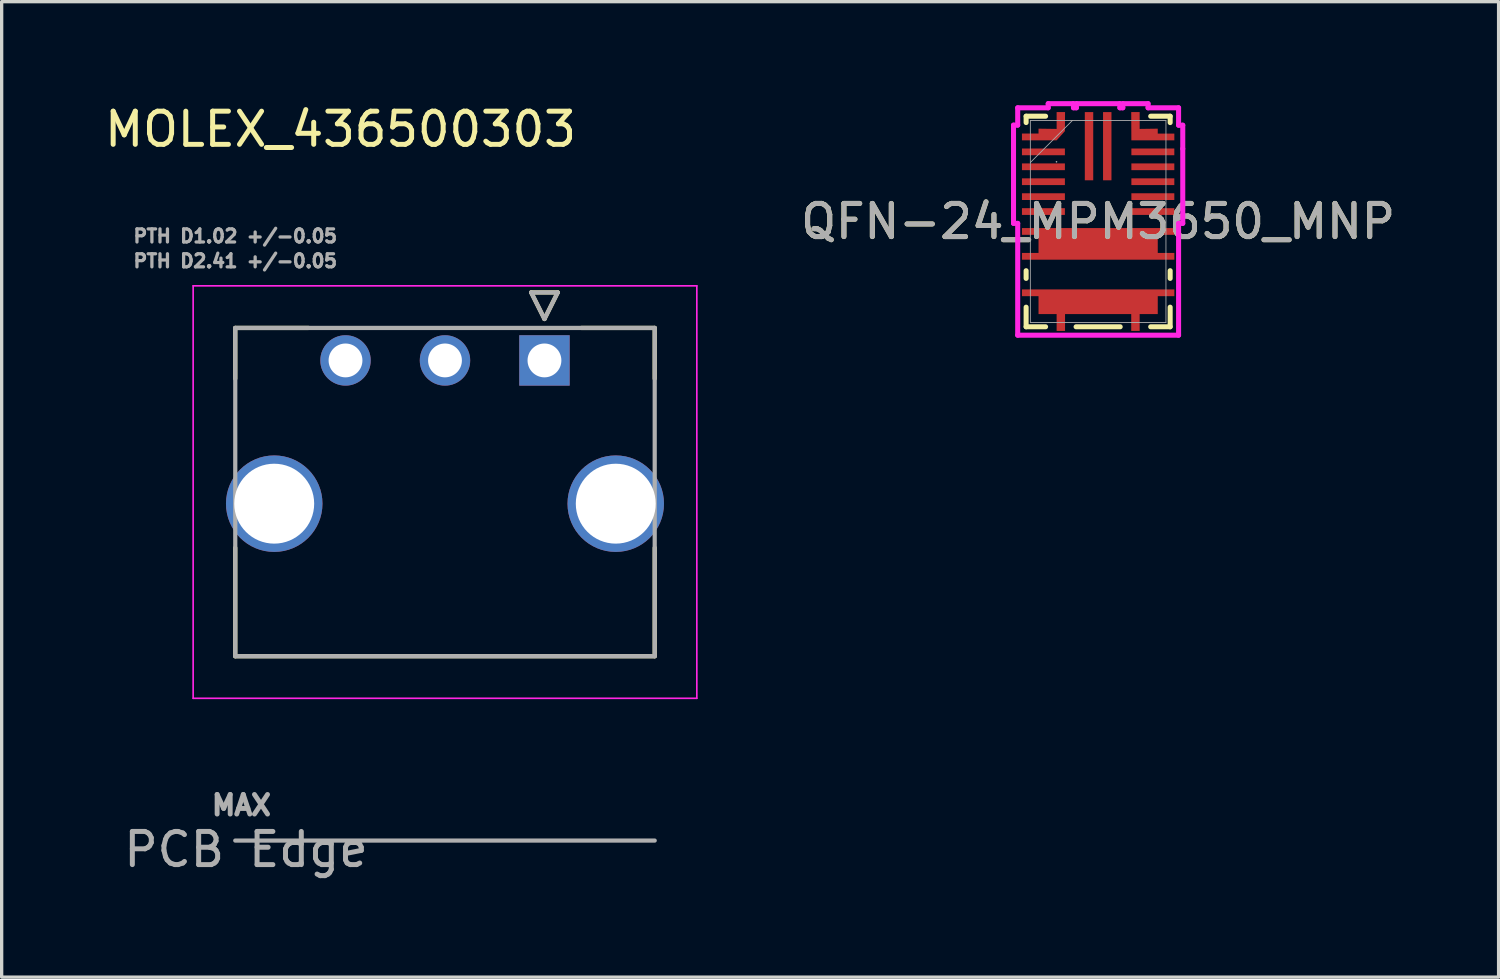
<source format=kicad_pcb>
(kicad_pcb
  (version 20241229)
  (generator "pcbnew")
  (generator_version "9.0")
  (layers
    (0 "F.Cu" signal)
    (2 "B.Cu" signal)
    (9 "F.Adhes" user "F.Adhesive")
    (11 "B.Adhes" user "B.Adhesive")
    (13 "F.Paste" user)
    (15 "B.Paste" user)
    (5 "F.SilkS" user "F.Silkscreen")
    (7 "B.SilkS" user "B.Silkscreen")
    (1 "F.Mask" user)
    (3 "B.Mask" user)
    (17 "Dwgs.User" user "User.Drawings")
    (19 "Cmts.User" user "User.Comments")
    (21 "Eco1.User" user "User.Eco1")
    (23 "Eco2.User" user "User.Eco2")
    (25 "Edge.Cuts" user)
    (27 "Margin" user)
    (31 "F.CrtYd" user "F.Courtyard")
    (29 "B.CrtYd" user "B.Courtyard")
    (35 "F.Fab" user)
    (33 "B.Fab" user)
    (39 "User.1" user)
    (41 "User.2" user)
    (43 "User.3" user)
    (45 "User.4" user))
  (footprint "MOLEX_436500303"
    (layer "F.Cu")
    (at 13.37 7.82)
    (property "Reference" "MOLEX_436500303" (at -6.15 -6.972 0) (layer "F.SilkS") (effects (font (size 1 1) (thickness 0.15))))
    (attr through_hole)
    (fp_circle (center -8.15 4.32) (end -7.384 4.32) (stroke (width 1.531) (type solid)) (fill no) (layer "F.Mask"))
    (fp_circle (center -6 0) (end -5.582 0) (stroke (width 0.836) (type solid)) (fill no) (layer "F.Mask"))
    (fp_circle (center -3 0) (end -2.582 0) (stroke (width 0.836) (type solid)) (fill no) (layer "F.Mask"))
    (fp_circle (center 2.15 4.32) (end 2.916 4.32) (stroke (width 1.531) (type solid)) (fill no) (layer "F.Mask"))
    (fp_poly (pts (xy -0.836 -0.836) (xy 0.836 -0.836) (xy 0.836 0.836) (xy -0.836 0.836)) (stroke (width 0.01) (type solid)) (fill yes) (layer "F.Mask"))
    (fp_circle (center -8.15 4.32) (end -7.384 4.32) (stroke (width 1.531) (type solid)) (fill no) (layer "B.Mask"))
    (fp_circle (center -6 0) (end -5.582 0) (stroke (width 0.836) (type solid)) (fill no) (layer "B.Mask"))
    (fp_circle (center -3 0) (end -2.582 0) (stroke (width 0.836) (type solid)) (fill no) (layer "B.Mask"))
    (fp_circle (center 2.15 4.32) (end 2.916 4.32) (stroke (width 1.531) (type solid)) (fill no) (layer "B.Mask"))
    (fp_poly (pts (xy -0.836 -0.836) (xy 0.836 -0.836) (xy 0.836 0.836) (xy -0.836 0.836)) (stroke (width 0.01) (type solid)) (fill yes) (layer "B.Mask"))
    (fp_line (start -9.325 -0.98) (end -9.325 0.55) (stroke (width 0.127) (type solid)) (layer "F.SilkS"))
    (fp_line (start -9.325 -0.98) (end -7.11 -0.98) (stroke (width 0.127) (type solid)) (layer "F.SilkS"))
    (fp_line (start -9.325 5.65) (end -9.325 8.92) (stroke (width 0.127) (type solid)) (layer "F.SilkS"))
    (fp_line (start -0.4 -2.05) (end 0.4 -2.05) (stroke (width 0.127) (type solid)) (layer "F.SilkS"))
    (fp_line (start 0 -1.25) (end -0.4 -2.05) (stroke (width 0.127) (type solid)) (layer "F.SilkS"))
    (fp_line (start 0.4 -2.05) (end 0 -1.25) (stroke (width 0.127) (type solid)) (layer "F.SilkS"))
    (fp_line (start 3.325 -0.98) (end 1.11 -0.98) (stroke (width 0.127) (type solid)) (layer "F.SilkS"))
    (fp_line (start 3.325 -0.98) (end 3.325 0.55) (stroke (width 0.127) (type solid)) (layer "F.SilkS"))
    (fp_line (start 3.325 8.92) (end -9.325 8.92) (stroke (width 0.127) (type solid)) (layer "F.SilkS"))
    (fp_line (start 3.325 8.92) (end 3.325 5.65) (stroke (width 0.127) (type solid)) (layer "F.SilkS"))
    (fp_line (start -10.595 -2.25) (end 4.595 -2.25) (stroke (width 0.05) (type solid)) (layer "F.CrtYd"))
    (fp_line (start -10.595 10.19) (end -10.595 -2.25) (stroke (width 0.05) (type solid)) (layer "F.CrtYd"))
    (fp_line (start 4.595 10.19) (end -10.595 10.19) (stroke (width 0.05) (type solid)) (layer "F.CrtYd"))
    (fp_line (start 4.595 10.19) (end 4.595 -2.25) (stroke (width 0.05) (type solid)) (layer "F.CrtYd"))
    (fp_line (start -9.325 -0.98) (end 3.325 -0.98) (stroke (width 0.127) (type solid)) (layer "F.Fab"))
    (fp_line (start -9.325 8.92) (end -9.325 -0.98) (stroke (width 0.127) (type solid)) (layer "F.Fab"))
    (fp_line (start -0.4 -2.05) (end 0.4 -2.05) (stroke (width 0.127) (type solid)) (layer "F.Fab"))
    (fp_line (start 0 -1.25) (end -0.4 -2.05) (stroke (width 0.127) (type solid)) (layer "F.Fab"))
    (fp_line (start 0.4 -2.05) (end 0 -1.25) (stroke (width 0.127) (type solid)) (layer "F.Fab"))
    (fp_line (start 3.325 8.92) (end -9.325 8.92) (stroke (width 0.127) (type solid)) (layer "F.Fab"))
    (fp_line (start 3.325 8.92) (end 3.325 -0.98) (stroke (width 0.127) (type solid)) (layer "F.Fab"))
    (fp_line (start 3.325 14.48) (end -9.325 14.48) (stroke (width 0.127) (type solid)) (layer "F.Fab"))
    (fp_text user "PCB Edge" (at -9 14.75 0) (layer "F.Fab") (effects (font (size 1 1) (thickness 0.15))))
    (fp_text user "PTH D1.02 +/-0.05" (at -9.325 -3.75 0) (layer "F.Fab") (effects (font (size 0.394 0.394) (thickness 0.15))))
    (fp_text user "MAX" (at -9.14 13.415 0) (layer "F.Fab") (effects (font (size 0.591 0.591) (thickness 0.15))))
    (fp_text user "PTH D2.41 +/-0.05" (at -9.325 -3 0) (layer "F.Fab") (effects (font (size 0.394 0.394) (thickness 0.15))))
    (pad "1" thru_hole rect (at 0 0) (size 1.52 1.52) (drill 1.02) (layers "*.Cu"))
    (pad "2" thru_hole circle (at -3 0) (size 1.52 1.52) (drill 1.02) (layers "*.Cu"))
    (pad "3" thru_hole circle (at -6 0) (size 1.52 1.52) (drill 1.02) (layers "*.Cu"))
    (pad "S1" thru_hole circle (at 2.15 4.32) (size 2.91 2.91) (drill 2.41) (layers "*.Cu"))
    (pad "S2" thru_hole circle (at -8.15 4.32) (size 2.91 2.91) (drill 2.41) (layers "*.Cu"))
    (zone (net_name "") (layer "F.Cu") (hatch full 0.508) (connect_pads) (min_thickness 0.01) (filled_areas_thickness no) (keepout (tracks not_allowed) (vias not_allowed) (pads not_allowed) (copperpour not_allowed) (footprints allowed)) (placement (enabled no)) (fill) (polygon (pts (xy 3.295 8.49) (xy 5.745 8.49) (xy 5.745 10.09) (xy 3.295 10.09))))
    (zone (net_name "") (layer "F.Cu") (hatch full 0.508) (connect_pads) (min_thickness 0.01) (filled_areas_thickness no) (keepout (tracks not_allowed) (vias not_allowed) (pads not_allowed) (copperpour not_allowed) (footprints allowed)) (placement (enabled no)) (fill) (polygon (pts (xy 14.995 8.49) (xy 17.445 8.49) (xy 17.445 10.09) (xy 14.995 10.09))))
    (zone (net_name "") (layers "F.Cu" "B.Cu") (hatch full 0.508) (connect_pads) (min_thickness 0.01) (filled_areas_thickness no) (keepout (tracks allowed) (vias not_allowed) (pads allowed) (copperpour allowed) (footprints allowed)) (placement (enabled no)) (fill) (polygon (pts (xy 3.295 8.49) (xy 5.745 8.49) (xy 5.745 10.09) (xy 3.295 10.09))))
    (zone (net_name "") (layers "F.Cu" "B.Cu") (hatch full 0.508) (connect_pads) (min_thickness 0.01) (filled_areas_thickness no) (keepout (tracks allowed) (vias not_allowed) (pads allowed) (copperpour allowed) (footprints allowed)) (placement (enabled no)) (fill) (polygon (pts (xy 14.995 8.49) (xy 17.445 8.49) (xy 17.445 10.09) (xy 14.995 10.09)))))
  (footprint "QFN-24_MPM3650_MNP"
    (layer "F.Cu")
    (at 30.068 3.63)
    (property "Reference" "QFN-24_MPM3650_MNP" (at 0 0 0) (unlocked yes) (layer "F.SilkS") (effects (font (size 1 1) (thickness 0.15))))
    (attr smd)
    (fp_poly (pts (xy 0.998 -3.3) (xy 1.252 -3.3) (xy 1.252 -2.792) (xy 1.798 -2.8) (xy 1.798 -2.65) (xy 2.298 -2.65) (xy 2.298 -2.448) (xy 1.002 -2.448)) (stroke (width 0) (type solid)) (fill yes) (layer "F.Cu"))
    (fp_poly (pts (xy -2.298 -2.652) (xy -1.798 -2.652) (xy -1.798 -2.8) (xy -1.252 -2.792) (xy -1.252 -3.3) (xy -0.998 -3.3) (xy -1.002 -2.726) (xy -1.252 -2.448) (xy -2.298 -2.448)) (stroke (width 0) (type solid)) (fill yes) (layer "F.Cu"))
    (fp_poly (pts (xy -2.298 0.198) (xy 2.298 0.198) (xy 2.298 0.402) (xy 1.798 0.402) (xy 1.798 0.948) (xy 2.298 0.948) (xy 2.298 1.152) (xy -2.298 1.152) (xy -2.298 0.948) (xy -1.798 0.948) (xy -1.798 0.402) (xy -2.298 0.402)) (stroke (width 0) (type solid)) (fill yes) (layer "F.Cu"))
    (fp_poly (pts (xy -2.298 2.048) (xy 2.298 2.048) (xy 2.298 2.252) (xy 1.798 2.252) (xy 1.798 2.792) (xy 1.252 2.792) (xy 1.252 3.3) (xy 0.998 3.3) (xy 0.998 2.792) (xy -0.998 2.792) (xy -0.998 3.3) (xy -1.252 3.3) (xy -1.252 2.792) (xy -1.798 2.792) (xy -1.798 2.252) (xy -2.298 2.252)) (stroke (width 0) (type solid)) (fill yes) (layer "F.Cu"))
    (fp_poly (pts (xy 0.998 -3.3) (xy 1.252 -3.3) (xy 1.252 -2.792) (xy 1.798 -2.8) (xy 1.798 -2.65) (xy 2.298 -2.65) (xy 2.298 -2.448) (xy 1.002 -2.448)) (stroke (width 0) (type solid)) (fill yes) (layer "F.Mask"))
    (fp_poly (pts (xy -2.298 -2.652) (xy -1.798 -2.652) (xy -1.798 -2.8) (xy -1.252 -2.792) (xy -1.252 -3.3) (xy -0.998 -3.3) (xy -1.002 -2.726) (xy -1.252 -2.448) (xy -2.298 -2.448)) (stroke (width 0) (type solid)) (fill yes) (layer "F.Mask"))
    (fp_poly (pts (xy -2.298 0.198) (xy 2.298 0.198) (xy 2.298 0.402) (xy 1.798 0.402) (xy 1.798 0.948) (xy 2.298 0.948) (xy 2.298 1.152) (xy -2.298 1.152) (xy -2.298 0.948) (xy -1.798 0.948) (xy -1.798 0.402) (xy -2.298 0.402)) (stroke (width 0) (type solid)) (fill yes) (layer "F.Mask"))
    (fp_poly (pts (xy -2.298 2.048) (xy 2.298 2.048) (xy 2.298 2.252) (xy 1.798 2.252) (xy 1.798 2.792) (xy 1.252 2.792) (xy 1.252 3.3) (xy 0.998 3.3) (xy 0.998 2.792) (xy -0.998 2.792) (xy -0.998 3.3) (xy -1.252 3.3) (xy -1.252 2.792) (xy -1.798 2.792) (xy -1.798 2.252) (xy -2.298 2.252)) (stroke (width 0) (type solid)) (fill yes) (layer "F.Mask"))
    (fp_line (start -2.172 -3.175) (end -1.585 -3.175) (stroke (width 0.152) (type solid)) (layer "F.SilkS"))
    (fp_line (start -2.172 -2.984) (end -2.172 -3.175) (stroke (width 0.152) (type solid)) (layer "F.SilkS"))
    (fp_line (start -2.172 1.716) (end -2.172 1.484) (stroke (width 0.152) (type solid)) (layer "F.SilkS"))
    (fp_line (start -2.172 3.175) (end -2.172 2.584) (stroke (width 0.152) (type solid)) (layer "F.SilkS"))
    (fp_line (start -1.585 3.175) (end -2.172 3.175) (stroke (width 0.152) (type solid)) (layer "F.SilkS"))
    (fp_line (start 0.665 3.175) (end -0.665 3.175) (stroke (width 0.152) (type solid)) (layer "F.SilkS"))
    (fp_line (start 1.585 -3.175) (end 2.172 -3.175) (stroke (width 0.152) (type solid)) (layer "F.SilkS"))
    (fp_line (start 2.172 -3.175) (end 2.172 -2.983) (stroke (width 0.152) (type solid)) (layer "F.SilkS"))
    (fp_line (start 2.172 1.484) (end 2.172 1.716) (stroke (width 0.152) (type solid)) (layer "F.SilkS"))
    (fp_line (start 2.172 2.584) (end 2.172 3.175) (stroke (width 0.152) (type solid)) (layer "F.SilkS"))
    (fp_line (start 2.172 3.175) (end 1.585 3.175) (stroke (width 0.152) (type solid)) (layer "F.SilkS"))
    (fp_poly (pts (xy 0.998 -3.3) (xy 1.252 -3.3) (xy 1.252 -2.792) (xy 1.798 -2.8) (xy 1.798 -2.65) (xy 2.298 -2.65) (xy 2.298 -2.448) (xy 1.002 -2.448)) (stroke (width 0) (type solid)) (fill yes) (layer "F.Paste"))
    (fp_poly (pts (xy -2.298 -2.652) (xy -1.798 -2.652) (xy -1.798 -2.8) (xy -1.252 -2.792) (xy -1.252 -3.3) (xy -0.998 -3.3) (xy -1.002 -2.726) (xy -1.252 -2.448) (xy -2.298 -2.448)) (stroke (width 0) (type solid)) (fill yes) (layer "F.Paste"))
    (fp_poly (pts (xy -2.298 0.198) (xy 2.298 0.198) (xy 2.298 0.402) (xy 1.798 0.402) (xy 1.798 0.948) (xy 2.298 0.948) (xy 2.298 1.152) (xy -2.298 1.152) (xy -2.298 0.948) (xy -1.798 0.948) (xy -1.798 0.402) (xy -2.298 0.402)) (stroke (width 0) (type solid)) (fill yes) (layer "F.Paste"))
    (fp_poly (pts (xy -2.298 2.048) (xy 2.298 2.048) (xy 2.298 2.252) (xy 1.798 2.252) (xy 1.798 2.792) (xy 1.252 2.792) (xy 1.252 3.3) (xy 0.998 3.3) (xy 0.998 2.792) (xy -0.998 2.792) (xy -0.998 3.3) (xy -1.252 3.3) (xy -1.252 2.792) (xy -1.798 2.792) (xy -1.798 2.252) (xy -2.298 2.252)) (stroke (width 0) (type solid)) (fill yes) (layer "F.Paste"))
    (fp_line (start -2.552 -2.906) (end -2.552 0.056) (stroke (width 0.152) (type solid)) (layer "F.CrtYd"))
    (fp_line (start -2.552 0.056) (end -2.426 0.056) (stroke (width 0.152) (type solid)) (layer "F.CrtYd"))
    (fp_line (start -2.426 -3.429) (end -2.426 -2.906) (stroke (width 0.152) (type solid)) (layer "F.CrtYd"))
    (fp_line (start -2.426 -2.906) (end -2.552 -2.906) (stroke (width 0.152) (type solid)) (layer "F.CrtYd"))
    (fp_line (start -2.426 0.056) (end -2.426 3.429) (stroke (width 0.152) (type solid)) (layer "F.CrtYd"))
    (fp_line (start -2.426 3.429) (end 2.426 3.429) (stroke (width 0.152) (type solid)) (layer "F.CrtYd"))
    (fp_line (start -1.506 -3.554) (end -1.506 -3.429) (stroke (width 0.152) (type solid)) (layer "F.CrtYd"))
    (fp_line (start -1.506 -3.429) (end -2.426 -3.429) (stroke (width 0.152) (type solid)) (layer "F.CrtYd"))
    (fp_line (start -0.744 -3.429) (end -0.744 -3.554) (stroke (width 0.152) (type solid)) (layer "F.CrtYd"))
    (fp_line (start -0.744 -3.554) (end -1.506 -3.554) (stroke (width 0.152) (type solid)) (layer "F.CrtYd"))
    (fp_line (start -0.656 -3.554) (end -0.656 -3.429) (stroke (width 0.152) (type solid)) (layer "F.CrtYd"))
    (fp_line (start -0.656 -3.429) (end -0.744 -3.429) (stroke (width 0.152) (type solid)) (layer "F.CrtYd"))
    (fp_line (start 0.656 -3.554) (end -0.656 -3.554) (stroke (width 0.152) (type solid)) (layer "F.CrtYd"))
    (fp_line (start 0.656 -3.429) (end 0.656 -3.554) (stroke (width 0.152) (type solid)) (layer "F.CrtYd"))
    (fp_line (start 0.744 -3.554) (end 0.744 -3.429) (stroke (width 0.152) (type solid)) (layer "F.CrtYd"))
    (fp_line (start 0.744 -3.429) (end 0.656 -3.429) (stroke (width 0.152) (type solid)) (layer "F.CrtYd"))
    (fp_line (start 1.506 -3.554) (end 0.744 -3.554) (stroke (width 0.152) (type solid)) (layer "F.CrtYd"))
    (fp_line (start 1.506 -3.429) (end 1.506 -3.554) (stroke (width 0.152) (type solid)) (layer "F.CrtYd"))
    (fp_line (start 2.426 -3.429) (end 1.506 -3.429) (stroke (width 0.152) (type solid)) (layer "F.CrtYd"))
    (fp_line (start 2.426 -2.904) (end 2.426 -3.429) (stroke (width 0.152) (type solid)) (layer "F.CrtYd"))
    (fp_line (start 2.426 0.056) (end 2.552 0.056) (stroke (width 0.152) (type solid)) (layer "F.CrtYd"))
    (fp_line (start 2.426 3.429) (end 2.426 0.056) (stroke (width 0.152) (type solid)) (layer "F.CrtYd"))
    (fp_line (start 2.552 -2.194) (end 2.552 -2.904) (stroke (width 0.152) (type solid)) (layer "F.CrtYd"))
    (fp_line (start 2.552 0.056) (end 2.552 -2.194) (stroke (width 0.152) (type solid)) (layer "F.CrtYd"))
    (fp_line (start 2.552 -2.904) (end 2.426 -2.904) (stroke (width 0.152) (type solid)) (layer "F.CrtYd"))
    (fp_line (start -2.045 -3.048) (end -2.045 3.048) (stroke (width 0.025) (type solid)) (layer "F.Fab"))
    (fp_line (start -2.045 -1.778) (end -0.775 -3.048) (stroke (width 0.025) (type solid)) (layer "F.Fab"))
    (fp_line (start -2.045 3.048) (end 2.045 3.048) (stroke (width 0.025) (type solid)) (layer "F.Fab"))
    (fp_line (start 2.045 -3.048) (end -2.045 -3.048) (stroke (width 0.025) (type solid)) (layer "F.Fab"))
    (fp_line (start 2.045 3.048) (end 2.045 -3.048) (stroke (width 0.025) (type solid)) (layer "F.Fab"))
    (fp_circle (center -1.256 -1.8) (end -1.256 -1.8) (stroke (width 0.025) (type solid)) (fill no) (layer "F.Fab"))
    (fp_text user "${REFERENCE}" (at 0 0 0) (unlocked yes) (layer "F.Fab") (effects (font (size 1 1) (thickness 0.15))))
    (pad "1" smd rect (at -1.65 -2.55) (size 0.127 0.127) (layers "F.Cu" "F.Mask" "F.Paste"))
    (pad "2" smd rect (at -1.65 -2.1) (size 1.295 0.203) (layers "F.Cu" "F.Mask" "F.Paste"))
    (pad "3" smd rect (at -1.65 -1.65) (size 1.295 0.203) (layers "F.Cu" "F.Mask" "F.Paste"))
    (pad "4" smd rect (at -1.65 -1.2) (size 1.295 0.203) (layers "F.Cu" "F.Mask" "F.Paste"))
    (pad "5" smd rect (at -1.65 -0.75) (size 1.295 0.203) (layers "F.Cu" "F.Mask" "F.Paste"))
    (pad "6" smd rect (at -1.65 -0.3) (size 1.295 0.203) (layers "F.Cu" "F.Mask" "F.Paste"))
    (pad "7" smd rect (at -1.65 0.3) (size 0.127 0.127) (layers "F.Cu" "F.Mask" "F.Paste"))
    (pad "8" smd rect (at -1.65 1.05) (size 0.127 0.127) (layers "F.Cu" "F.Mask" "F.Paste"))
    (pad "9" smd rect (at -1.65 2.15) (size 0.127 0.127) (layers "F.Cu" "F.Mask" "F.Paste"))
    (pad "10" smd rect (at -1.125 3.046 90) (size 0.127 0.127) (layers "F.Cu" "F.Mask" "F.Paste"))
    (pad "11" smd rect (at 1.125 3.046 90) (size 0.127 0.127) (layers "F.Cu" "F.Mask" "F.Paste"))
    (pad "12" smd rect (at 1.65 2.15) (size 0.127 0.127) (layers "F.Cu" "F.Mask" "F.Paste"))
    (pad "13" smd rect (at 1.65 1.05) (size 0.127 0.127) (layers "F.Cu" "F.Mask" "F.Paste"))
    (pad "14" smd rect (at 1.65 0.3) (size 0.127 0.127) (layers "F.Cu" "F.Mask" "F.Paste"))
    (pad "15" smd rect (at 1.65 -0.3) (size 1.295 0.203) (layers "F.Cu" "F.Mask" "F.Paste"))
    (pad "16" smd rect (at 1.65 -0.75) (size 1.295 0.203) (layers "F.Cu" "F.Mask" "F.Paste"))
    (pad "17" smd rect (at 1.65 -1.2) (size 1.295 0.203) (layers "F.Cu" "F.Mask" "F.Paste"))
    (pad "18" smd rect (at 1.65 -1.65) (size 1.295 0.203) (layers "F.Cu" "F.Mask" "F.Paste"))
    (pad "19" smd rect (at 1.65 -2.1) (size 1.295 0.203) (layers "F.Cu" "F.Mask" "F.Paste"))
    (pad "20" smd rect (at 1.65 -2.55) (size 0.127 0.127) (layers "F.Cu" "F.Mask" "F.Paste"))
    (pad "21" smd rect (at 1.125 -3.046 90) (size 0.127 0.127) (layers "F.Cu" "F.Mask" "F.Paste"))
    (pad "22" smd rect (at 0.275 -2.271 90) (size 2.057 0.254) (layers "F.Cu" "F.Mask" "F.Paste"))
    (pad "23" smd rect (at -0.275 -2.271 90) (size 2.057 0.254) (layers "F.Cu" "F.Mask" "F.Paste"))
    (pad "24" smd rect (at -1.125 -3.046 90) (size 0.127 0.127) (layers "F.Cu" "F.Mask" "F.Paste")))
  (gr_rect
    (start -3 -3)
    (end 42.145 26.418)
    (stroke (width 0.1) (type default))
    (fill no)
    (layer "Edge.Cuts")))
</source>
